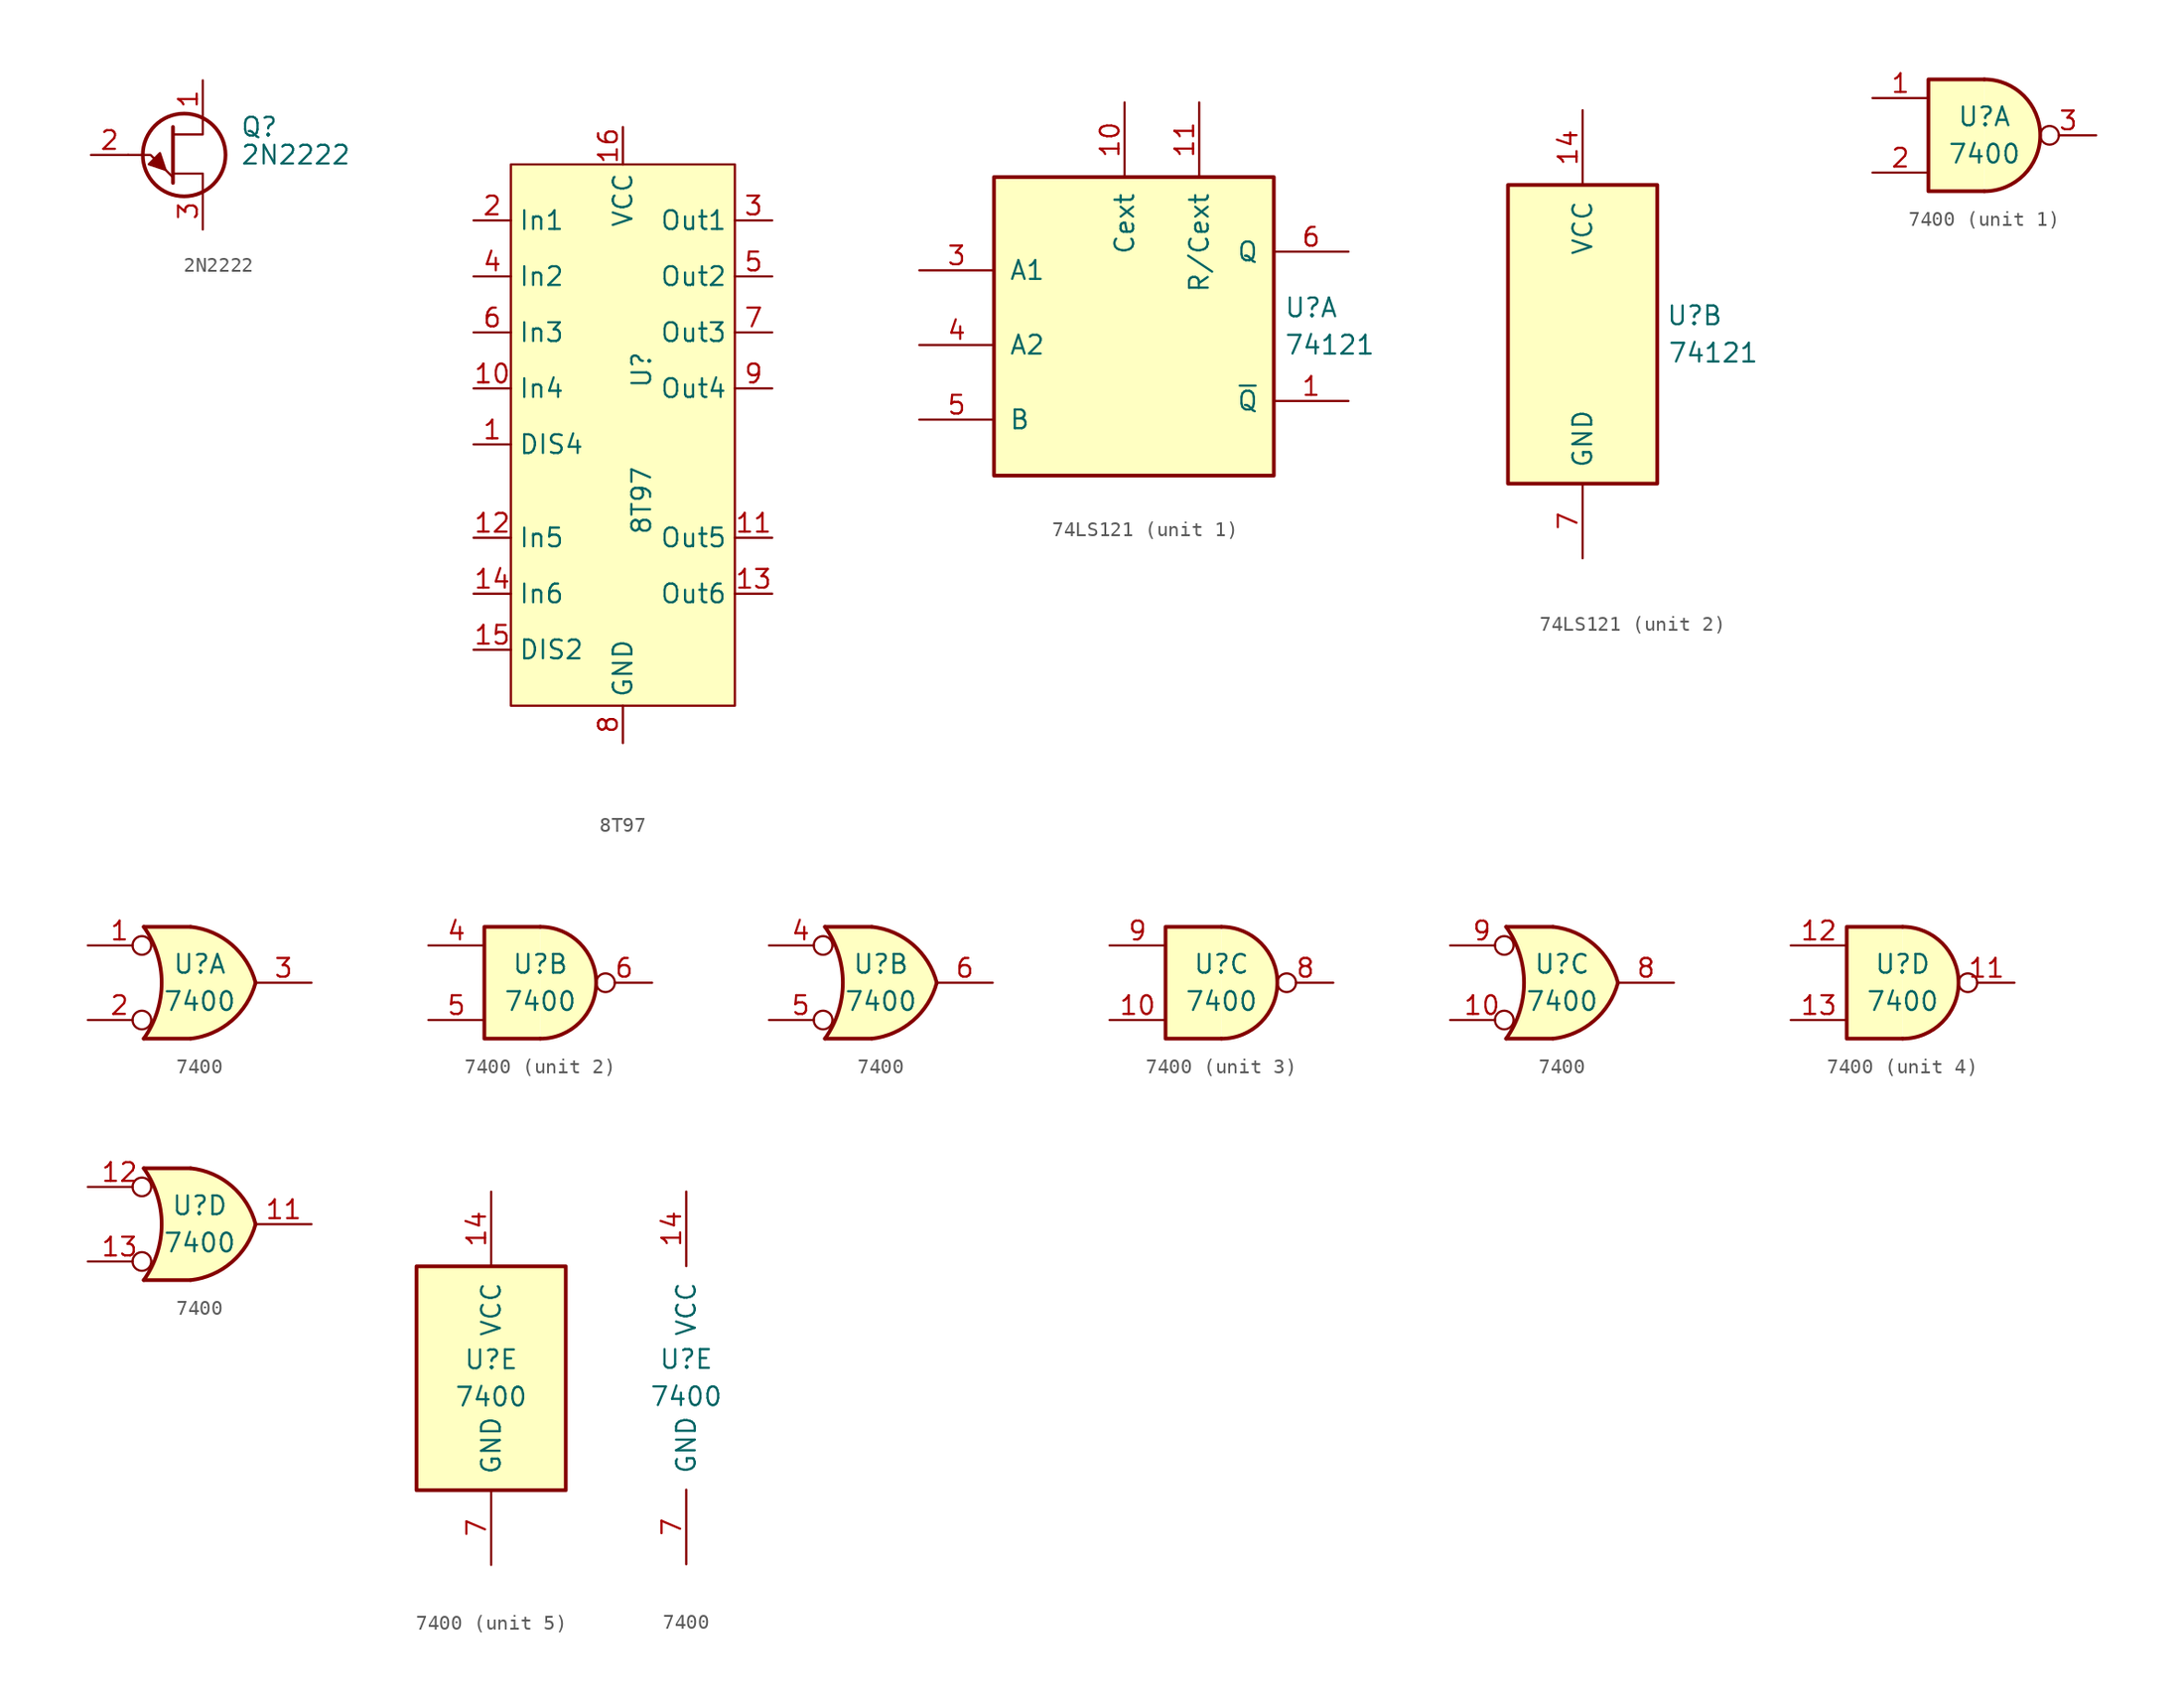
<source format=kicad_sym>
(kicad_symbol_lib
  (version 20220914)
  (generator kicad_symbol_editor)
  (symbol "2N2222"
    (pin_names
      (offset 0) hide)
    (property "Reference" "Q"
      (at 5.08 1.905 0)
      (effects (font (size 1.27 1.27)) (justify left)))
    (property "Value" "2N2222"
      (at 5.08 0 0)
      (effects (font (size 1.27 1.27)) (justify left)))
    (symbol "2N2222_0_1"
      (polyline (pts (xy -2.54 0) (xy -1.016 0) (xy 0.508 -1.524)) (stroke (width 0) (type default)) (fill (type none)))
      (polyline (pts (xy 0.508 1.905) (xy 0.508 -1.905) (xy 0.508 -1.905)) (stroke (width 0.254) (type default)) (fill (type none)))
      (polyline (pts (xy 2.54 -2.54) (xy 2.54 -1.27) (xy 0.508 -1.27)) (stroke (width 0) (type default)) (fill (type none)))
      (polyline (pts (xy 2.54 2.54) (xy 2.54 1.397) (xy 0.508 1.397)) (stroke (width 0) (type default)) (fill (type none)))
      (polyline (pts (xy 0 -1.016) (xy -0.381 0.127) (xy -1.143 -0.635) (xy 0 -1.016)) (stroke (width 0) (type default)) (fill (type outline)))
      (circle (center 1.27 0) (radius 2.819) (stroke (width 0.254) (type default)) (fill (type none))))
    (symbol "2N2222_1_1"
      (pin passive line (at 2.54 5.08 270) (length 2.54) (name "B2" (effects (font (size 1.27 1.27)))) (number "1" (effects (font (size 1.27 1.27)))))
      (pin input line (at -5.08 0 0) (length 2.54) (name "E" (effects (font (size 1.27 1.27)))) (number "2" (effects (font (size 1.27 1.27)))))
      (pin passive line (at 2.54 -5.08 90) (length 2.54) (name "B1" (effects (font (size 1.27 1.27)))) (number "3" (effects (font (size 1.27 1.27)))))))
  (symbol "8T97"
    (property "Reference" "U"
      (at 1.27 11.43 90)
      (effects (font (size 1.27 1.27))))
    (property "Value" "8T97"
      (at 1.27 2.54 90)
      (effects (font (size 1.27 1.27))))
    (symbol "8T97_0_1"
      (rectangle (start -7.62 25.4) (end 7.62 -11.43) (stroke (width 0.152) (type default)) (fill (type color) (color 255 255 194 1))))
    (symbol "8T97_1_1"
      (pin input line (at -10.16 6.35 0) (length 2.54) (name "DIS4" (effects (font (size 1.27 1.27)))) (number "1" (effects (font (size 1.27 1.27)))))
      (pin input line (at -10.16 10.16 0) (length 2.54) (name "In4" (effects (font (size 1.27 1.27)))) (number "10" (effects (font (size 1.27 1.27)))))
      (pin output line (at 10.16 0 180) (length 2.54) (name "Out5" (effects (font (size 1.27 1.27)))) (number "11" (effects (font (size 1.27 1.27)))))
      (pin input line (at -10.16 0 0) (length 2.54) (name "In5" (effects (font (size 1.27 1.27)))) (number "12" (effects (font (size 1.27 1.27)))))
      (pin output line (at 10.16 -3.81 180) (length 2.54) (name "Out6" (effects (font (size 1.27 1.27)))) (number "13" (effects (font (size 1.27 1.27)))))
      (pin input line (at -10.16 -3.81 0) (length 2.54) (name "In6" (effects (font (size 1.27 1.27)))) (number "14" (effects (font (size 1.27 1.27)))))
      (pin input line (at -10.16 -7.62 0) (length 2.54) (name "DIS2" (effects (font (size 1.27 1.27)))) (number "15" (effects (font (size 1.27 1.27)))))
      (pin power_in line (at 0 27.94 270) (length 2.54) (name "VCC" (effects (font (size 1.27 1.27)))) (number "16" (effects (font (size 1.27 1.27)))))
      (pin input line (at -10.16 21.59 0) (length 2.54) (name "In1" (effects (font (size 1.27 1.27)))) (number "2" (effects (font (size 1.27 1.27)))))
      (pin output line (at 10.16 21.59 180) (length 2.54) (name "Out1" (effects (font (size 1.27 1.27)))) (number "3" (effects (font (size 1.27 1.27)))))
      (pin input line (at -10.16 17.78 0) (length 2.54) (name "In2" (effects (font (size 1.27 1.27)))) (number "4" (effects (font (size 1.27 1.27)))))
      (pin output line (at 10.16 17.78 180) (length 2.54) (name "Out2" (effects (font (size 1.27 1.27)))) (number "5" (effects (font (size 1.27 1.27)))))
      (pin input line (at -10.16 13.97 0) (length 2.54) (name "In3" (effects (font (size 1.27 1.27)))) (number "6" (effects (font (size 1.27 1.27)))))
      (pin output line (at 10.16 13.97 180) (length 2.54) (name "Out3" (effects (font (size 1.27 1.27)))) (number "7" (effects (font (size 1.27 1.27)))))
      (pin power_in line (at 0 -13.97 90) (length 2.54) (name "GND" (effects (font (size 1.27 1.27)))) (number "8" (effects (font (size 1.27 1.27)))))
      (pin output line (at 10.16 10.16 180) (length 2.54) (name "Out4" (effects (font (size 1.27 1.27)))) (number "9" (effects (font (size 1.27 1.27)))))))
  (symbol "74LS121"
    (pin_names
      (offset 1.016))
    (property "Reference" "U"
      (at 7.62 1.27 0)
      (effects (font (size 1.27 1.27))))
    (property "Value" "74121"
      (at 8.89 -1.27 0)
      (effects (font (size 1.27 1.27))))
    (property "ki_locked" ""
      (at 0 0 0)
      (effects (font (size 1.27 1.27))))
    (symbol "74LS121_1_1"
      (rectangle (start -13.97 10.16) (end 5.08 -10.16) (stroke (width 0.254) (type default)) (fill (type background)))
      (pin output line (at 10.16 -5.08 180) (length 5.08) (name "~{Q}" (effects (font (size 1.27 1.27)))) (number "1" (effects (font (size 1.27 1.27)))))
      (pin input line (at -5.08 15.24 270) (length 5.08) (name "Cext" (effects (font (size 1.27 1.27)))) (number "10" (effects (font (size 1.27 1.27)))))
      (pin input line (at 0 15.24 270) (length 5.08) (name "R/Cext" (effects (font (size 1.27 1.27)))) (number "11" (effects (font (size 1.27 1.27)))))
      (pin input line (at -19.05 3.81 0) (length 5.08) (name "A1" (effects (font (size 1.27 1.27)))) (number "3" (effects (font (size 1.27 1.27)))))
      (pin input line (at -19.05 -1.27 0) (length 5.08) (name "A2" (effects (font (size 1.27 1.27)))) (number "4" (effects (font (size 1.27 1.27)))))
      (pin input line (at -19.05 -6.35 0) (length 5.08) (name "B" (effects (font (size 1.27 1.27)))) (number "5" (effects (font (size 1.27 1.27)))))
      (pin output line (at 10.16 5.08 180) (length 5.08) (name "Q" (effects (font (size 1.27 1.27)))) (number "6" (effects (font (size 1.27 1.27))))))
    (symbol "74LS121_2_1"
      (rectangle (start -5.08 10.16) (end 5.08 -10.16) (stroke (width 0.254) (type default)) (fill (type background)))
      (pin power_in line (at 0 15.24 270) (length 5.08) (name "VCC" (effects (font (size 1.27 1.27)))) (number "14" (effects (font (size 1.27 1.27)))))
      (pin power_in line (at 0 -15.24 90) (length 5.08) (name "GND" (effects (font (size 1.27 1.27)))) (number "7" (effects (font (size 1.27 1.27)))))))
  (symbol "7400"
    (pin_names
      (offset 1.016))
    (property "Reference" "U"
      (at 0 1.27 0)
      (effects (font (size 1.27 1.27))))
    (property "Value" "7400"
      (at 0 -1.27 0)
      (effects (font (size 1.27 1.27))))
    (property "ki_locked" ""
      (at 0 0 0)
      (effects (font (size 1.27 1.27))))
    (symbol "7400_1_1"
      (arc (start 0 -3.81) (mid 3.7934 0) (end 0 3.81) (stroke (width 0.254) (type default)) (fill (type background)))
      (polyline (pts (xy 0 3.81) (xy -3.81 3.81) (xy -3.81 -3.81) (xy 0 -3.81)) (stroke (width 0.254) (type default)) (fill (type background)))
      (pin input line (at -7.62 2.54 0) (length 3.81) (name "~" (effects (font (size 1.27 1.27)))) (number "1" (effects (font (size 1.27 1.27)))))
      (pin input line (at -7.62 -2.54 0) (length 3.81) (name "~" (effects (font (size 1.27 1.27)))) (number "2" (effects (font (size 1.27 1.27)))))
      (pin output inverted (at 7.62 0 180) (length 3.81) (name "~" (effects (font (size 1.27 1.27)))) (number "3" (effects (font (size 1.27 1.27))))))
    (symbol "7400_1_2"
      (arc (start -3.81 -3.81) (mid -2.589 0) (end -3.81 3.81) (stroke (width 0.254) (type default)) (fill (type none)))
      (arc (start -0.6096 -3.81) (mid 2.1842 -2.5851) (end 3.81 0) (stroke (width 0.254) (type default)) (fill (type background)))
      (polyline (pts (xy -3.81 -3.81) (xy -0.635 -3.81)) (stroke (width 0.254) (type default)) (fill (type background)))
      (polyline (pts (xy -3.81 3.81) (xy -0.635 3.81)) (stroke (width 0.254) (type default)) (fill (type background)))
      (polyline (pts (xy -0.635 3.81) (xy -3.81 3.81) (xy -3.81 3.81) (xy -3.556 3.404) (xy -3.023 2.261) (xy -2.692 1.041) (xy -2.616 -0.254) (xy -2.769 -1.499) (xy -3.175 -2.718) (xy -3.81 -3.81) (xy -3.81 -3.81) (xy -0.635 -3.81)) (stroke (width -25.4) (type default)) (fill (type background)))
      (arc (start 3.81 0) (mid 2.1915 2.5936) (end -0.6096 3.81) (stroke (width 0.254) (type default)) (fill (type background)))
      (pin input inverted (at -7.62 2.54 0) (length 4.318) (name "~" (effects (font (size 1.27 1.27)))) (number "1" (effects (font (size 1.27 1.27)))))
      (pin input inverted (at -7.62 -2.54 0) (length 4.318) (name "~" (effects (font (size 1.27 1.27)))) (number "2" (effects (font (size 1.27 1.27)))))
      (pin output line (at 7.62 0 180) (length 3.81) (name "~" (effects (font (size 1.27 1.27)))) (number "3" (effects (font (size 1.27 1.27))))))
    (symbol "7400_2_1"
      (arc (start 0 -3.81) (mid 3.7934 0) (end 0 3.81) (stroke (width 0.254) (type default)) (fill (type background)))
      (polyline (pts (xy 0 3.81) (xy -3.81 3.81) (xy -3.81 -3.81) (xy 0 -3.81)) (stroke (width 0.254) (type default)) (fill (type background)))
      (pin input line (at -7.62 2.54 0) (length 3.81) (name "~" (effects (font (size 1.27 1.27)))) (number "4" (effects (font (size 1.27 1.27)))))
      (pin input line (at -7.62 -2.54 0) (length 3.81) (name "~" (effects (font (size 1.27 1.27)))) (number "5" (effects (font (size 1.27 1.27)))))
      (pin output inverted (at 7.62 0 180) (length 3.81) (name "~" (effects (font (size 1.27 1.27)))) (number "6" (effects (font (size 1.27 1.27))))))
    (symbol "7400_2_2"
      (arc (start -3.81 -3.81) (mid -2.589 0) (end -3.81 3.81) (stroke (width 0.254) (type default)) (fill (type none)))
      (arc (start -0.6096 -3.81) (mid 2.1842 -2.5851) (end 3.81 0) (stroke (width 0.254) (type default)) (fill (type background)))
      (polyline (pts (xy -3.81 -3.81) (xy -0.635 -3.81)) (stroke (width 0.254) (type default)) (fill (type background)))
      (polyline (pts (xy -3.81 3.81) (xy -0.635 3.81)) (stroke (width 0.254) (type default)) (fill (type background)))
      (polyline (pts (xy -0.635 3.81) (xy -3.81 3.81) (xy -3.81 3.81) (xy -3.556 3.404) (xy -3.023 2.261) (xy -2.692 1.041) (xy -2.616 -0.254) (xy -2.769 -1.499) (xy -3.175 -2.718) (xy -3.81 -3.81) (xy -3.81 -3.81) (xy -0.635 -3.81)) (stroke (width -25.4) (type default)) (fill (type background)))
      (arc (start 3.81 0) (mid 2.1915 2.5936) (end -0.6096 3.81) (stroke (width 0.254) (type default)) (fill (type background)))
      (pin input inverted (at -7.62 2.54 0) (length 4.318) (name "~" (effects (font (size 1.27 1.27)))) (number "4" (effects (font (size 1.27 1.27)))))
      (pin input inverted (at -7.62 -2.54 0) (length 4.318) (name "~" (effects (font (size 1.27 1.27)))) (number "5" (effects (font (size 1.27 1.27)))))
      (pin output line (at 7.62 0 180) (length 3.81) (name "~" (effects (font (size 1.27 1.27)))) (number "6" (effects (font (size 1.27 1.27))))))
    (symbol "7400_3_1"
      (arc (start 0 -3.81) (mid 3.7934 0) (end 0 3.81) (stroke (width 0.254) (type default)) (fill (type background)))
      (polyline (pts (xy 0 3.81) (xy -3.81 3.81) (xy -3.81 -3.81) (xy 0 -3.81)) (stroke (width 0.254) (type default)) (fill (type background)))
      (pin input line (at -7.62 -2.54 0) (length 3.81) (name "~" (effects (font (size 1.27 1.27)))) (number "10" (effects (font (size 1.27 1.27)))))
      (pin output inverted (at 7.62 0 180) (length 3.81) (name "~" (effects (font (size 1.27 1.27)))) (number "8" (effects (font (size 1.27 1.27)))))
      (pin input line (at -7.62 2.54 0) (length 3.81) (name "~" (effects (font (size 1.27 1.27)))) (number "9" (effects (font (size 1.27 1.27))))))
    (symbol "7400_3_2"
      (arc (start -3.81 -3.81) (mid -2.589 0) (end -3.81 3.81) (stroke (width 0.254) (type default)) (fill (type none)))
      (arc (start -0.6096 -3.81) (mid 2.1842 -2.5851) (end 3.81 0) (stroke (width 0.254) (type default)) (fill (type background)))
      (polyline (pts (xy -3.81 -3.81) (xy -0.635 -3.81)) (stroke (width 0.254) (type default)) (fill (type background)))
      (polyline (pts (xy -3.81 3.81) (xy -0.635 3.81)) (stroke (width 0.254) (type default)) (fill (type background)))
      (polyline (pts (xy -0.635 3.81) (xy -3.81 3.81) (xy -3.81 3.81) (xy -3.556 3.404) (xy -3.023 2.261) (xy -2.692 1.041) (xy -2.616 -0.254) (xy -2.769 -1.499) (xy -3.175 -2.718) (xy -3.81 -3.81) (xy -3.81 -3.81) (xy -0.635 -3.81)) (stroke (width -25.4) (type default)) (fill (type background)))
      (arc (start 3.81 0) (mid 2.1915 2.5936) (end -0.6096 3.81) (stroke (width 0.254) (type default)) (fill (type background)))
      (pin input inverted (at -7.62 -2.54 0) (length 4.318) (name "~" (effects (font (size 1.27 1.27)))) (number "10" (effects (font (size 1.27 1.27)))))
      (pin output line (at 7.62 0 180) (length 3.81) (name "~" (effects (font (size 1.27 1.27)))) (number "8" (effects (font (size 1.27 1.27)))))
      (pin input inverted (at -7.62 2.54 0) (length 4.318) (name "~" (effects (font (size 1.27 1.27)))) (number "9" (effects (font (size 1.27 1.27))))))
    (symbol "7400_4_1"
      (arc (start 0 -3.81) (mid 3.7934 0) (end 0 3.81) (stroke (width 0.254) (type default)) (fill (type background)))
      (polyline (pts (xy 0 3.81) (xy -3.81 3.81) (xy -3.81 -3.81) (xy 0 -3.81)) (stroke (width 0.254) (type default)) (fill (type background)))
      (pin output inverted (at 7.62 0 180) (length 3.81) (name "~" (effects (font (size 1.27 1.27)))) (number "11" (effects (font (size 1.27 1.27)))))
      (pin input line (at -7.62 2.54 0) (length 3.81) (name "~" (effects (font (size 1.27 1.27)))) (number "12" (effects (font (size 1.27 1.27)))))
      (pin input line (at -7.62 -2.54 0) (length 3.81) (name "~" (effects (font (size 1.27 1.27)))) (number "13" (effects (font (size 1.27 1.27))))))
    (symbol "7400_4_2"
      (arc (start -3.81 -3.81) (mid -2.589 0) (end -3.81 3.81) (stroke (width 0.254) (type default)) (fill (type none)))
      (arc (start -0.6096 -3.81) (mid 2.1842 -2.5851) (end 3.81 0) (stroke (width 0.254) (type default)) (fill (type background)))
      (polyline (pts (xy -3.81 -3.81) (xy -0.635 -3.81)) (stroke (width 0.254) (type default)) (fill (type background)))
      (polyline (pts (xy -3.81 3.81) (xy -0.635 3.81)) (stroke (width 0.254) (type default)) (fill (type background)))
      (polyline (pts (xy -0.635 3.81) (xy -3.81 3.81) (xy -3.81 3.81) (xy -3.556 3.404) (xy -3.023 2.261) (xy -2.692 1.041) (xy -2.616 -0.254) (xy -2.769 -1.499) (xy -3.175 -2.718) (xy -3.81 -3.81) (xy -3.81 -3.81) (xy -0.635 -3.81)) (stroke (width -25.4) (type default)) (fill (type background)))
      (arc (start 3.81 0) (mid 2.1915 2.5936) (end -0.6096 3.81) (stroke (width 0.254) (type default)) (fill (type background)))
      (pin output line (at 7.62 0 180) (length 3.81) (name "~" (effects (font (size 1.27 1.27)))) (number "11" (effects (font (size 1.27 1.27)))))
      (pin input inverted (at -7.62 2.54 0) (length 4.318) (name "~" (effects (font (size 1.27 1.27)))) (number "12" (effects (font (size 1.27 1.27)))))
      (pin input inverted (at -7.62 -2.54 0) (length 4.318) (name "~" (effects (font (size 1.27 1.27)))) (number "13" (effects (font (size 1.27 1.27))))))
    (symbol "7400_5_0"
      (pin power_in line (at 0 12.7 270) (length 5.08) (name "VCC" (effects (font (size 1.27 1.27)))) (number "14" (effects (font (size 1.27 1.27)))))
      (pin power_in line (at 0 -12.7 90) (length 5.08) (name "GND" (effects (font (size 1.27 1.27)))) (number "7" (effects (font (size 1.27 1.27))))))
    (symbol "7400_5_1"
      (rectangle (start -5.08 7.62) (end 5.08 -7.62) (stroke (width 0.254) (type default)) (fill (type background))))))
</source>
